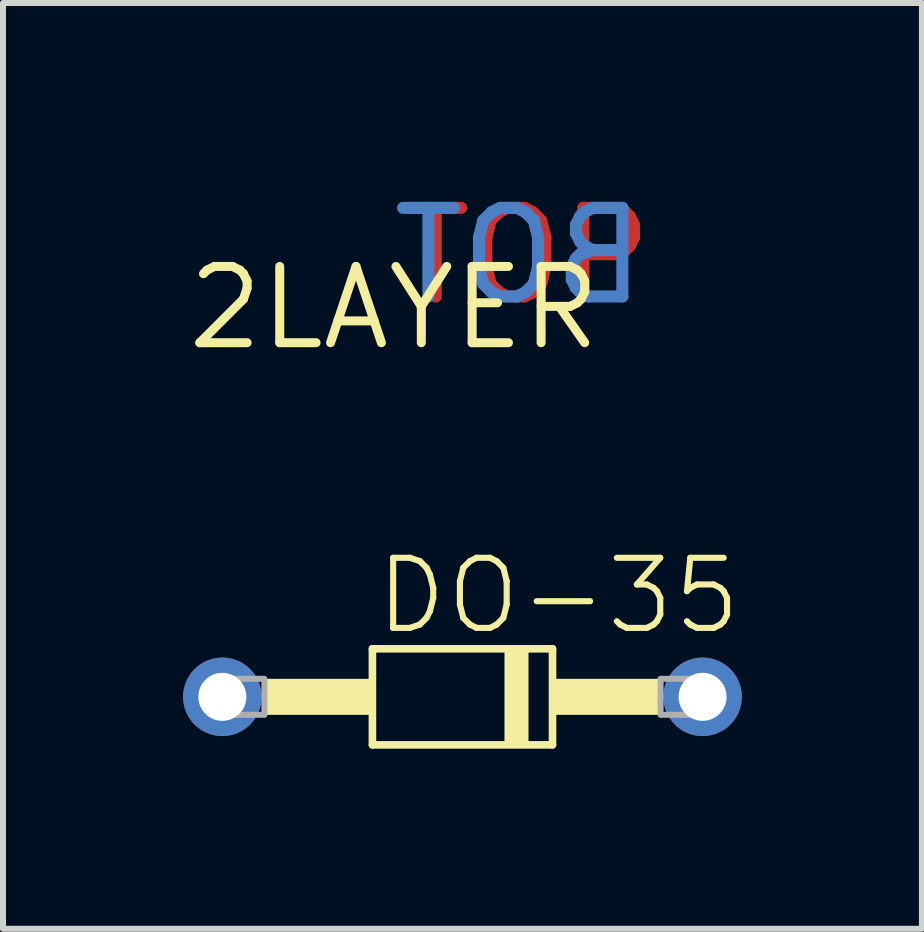
<source format=kicad_pcb>
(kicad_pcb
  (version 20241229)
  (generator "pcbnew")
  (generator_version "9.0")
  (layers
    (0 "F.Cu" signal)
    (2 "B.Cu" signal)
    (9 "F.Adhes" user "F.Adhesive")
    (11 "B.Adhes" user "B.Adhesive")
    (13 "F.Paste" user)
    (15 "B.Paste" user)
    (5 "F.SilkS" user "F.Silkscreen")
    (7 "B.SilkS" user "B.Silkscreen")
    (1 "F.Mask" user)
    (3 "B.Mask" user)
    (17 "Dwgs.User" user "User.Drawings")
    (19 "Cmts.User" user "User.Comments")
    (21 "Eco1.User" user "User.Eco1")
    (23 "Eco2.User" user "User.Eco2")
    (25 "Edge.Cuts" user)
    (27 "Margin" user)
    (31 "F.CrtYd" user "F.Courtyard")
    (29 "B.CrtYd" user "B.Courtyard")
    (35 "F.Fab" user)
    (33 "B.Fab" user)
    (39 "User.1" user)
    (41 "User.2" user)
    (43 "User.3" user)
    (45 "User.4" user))
  (footprint "2LAYER"
    (layer "F.Cu")
    (at 3.515 2.079)
    (property "Reference" "2LAYER" (at 0 0 0) (layer "F.SilkS") (effects (font (size 1.27 1.27) (thickness 0.15))))
    (fp_text user "TOP" (at 0 0 0) (layer "F.Cu") (effects (font (size 1.475 1.475) (thickness 0.201)) (justify left bottom)))
    (fp_text user "TOP" (at 0 0 0) (layer "F.Mask") (effects (font (size 1.475 1.475) (thickness 0.201)) (justify left bottom)))
    (fp_text user "BOT" (at 4.286 0 0) (layer "B.Cu") (effects (font (size 1.475 1.475) (thickness 0.201)) (justify left bottom mirror))))
  (footprint "DO-35"
    (layer "F.Cu")
    (at 4.654 8.558)
    (property "Reference" "DO-35" (at -1.5 -1 0) (layer "F.SilkS") (effects (font (size 1.168 1.168) (thickness 0.102)) (justify left bottom)))
    (fp_line (start -1.5 -0.8) (end 1.5 -0.8) (stroke (width 0.127) (type solid)) (layer "F.SilkS"))
    (fp_line (start -1.5 0.8) (end -1.5 -0.8) (stroke (width 0.127) (type solid)) (layer "F.SilkS"))
    (fp_line (start 1.5 -0.8) (end 1.5 0.8) (stroke (width 0.127) (type solid)) (layer "F.SilkS"))
    (fp_line (start 1.5 0.8) (end -1.5 0.8) (stroke (width 0.127) (type solid)) (layer "F.SilkS"))
    (fp_poly (pts (xy -3.3 0.3) (xy -1.5 0.3) (xy -1.5 -0.3) (xy -3.3 -0.3)) (stroke (width 0) (type default)) (fill yes) (layer "F.SilkS"))
    (fp_poly (pts (xy 0.7 0.8) (xy 1.1 0.8) (xy 1.1 -0.8) (xy 0.7 -0.8)) (stroke (width 0) (type default)) (fill yes) (layer "F.SilkS"))
    (fp_poly (pts (xy 1.5 0.3) (xy 3.3 0.3) (xy 3.3 -0.3) (xy 1.5 -0.3)) (stroke (width 0) (type default)) (fill yes) (layer "F.SilkS"))
    (fp_circle (center -4 0) (end -3.85 0) (stroke (width 0.3) (type solid)) (fill no) (layer "F.Fab"))
    (fp_circle (center 4 0) (end 4.15 0) (stroke (width 0.3) (type solid)) (fill no) (layer "F.Fab"))
    (fp_poly (pts (xy -4 0.3) (xy -3.3 0.3) (xy -3.3 -0.3) (xy -4 -0.3)) (stroke (width 0.1) (type default)) (fill no) (layer "F.Fab"))
    (fp_poly (pts (xy 3.3 0.3) (xy 4 0.3) (xy 4 -0.3) (xy 3.3 -0.3)) (stroke (width 0.1) (type default)) (fill no) (layer "F.Fab"))
    (pad "A" thru_hole circle (at -4 0) (size 1.308 1.308) (drill 0.8) (layers "*.Cu" "*.Mask"))
    (pad "K" thru_hole circle (at 4 0) (size 1.308 1.308) (drill 0.8) (layers "*.Cu" "*.Mask")))
  (gr_rect
    (start -3 -3)
    (end 12.308 12.422)
    (stroke (width 0.1) (type default))
    (fill no)
    (layer "Edge.Cuts")))
</source>
